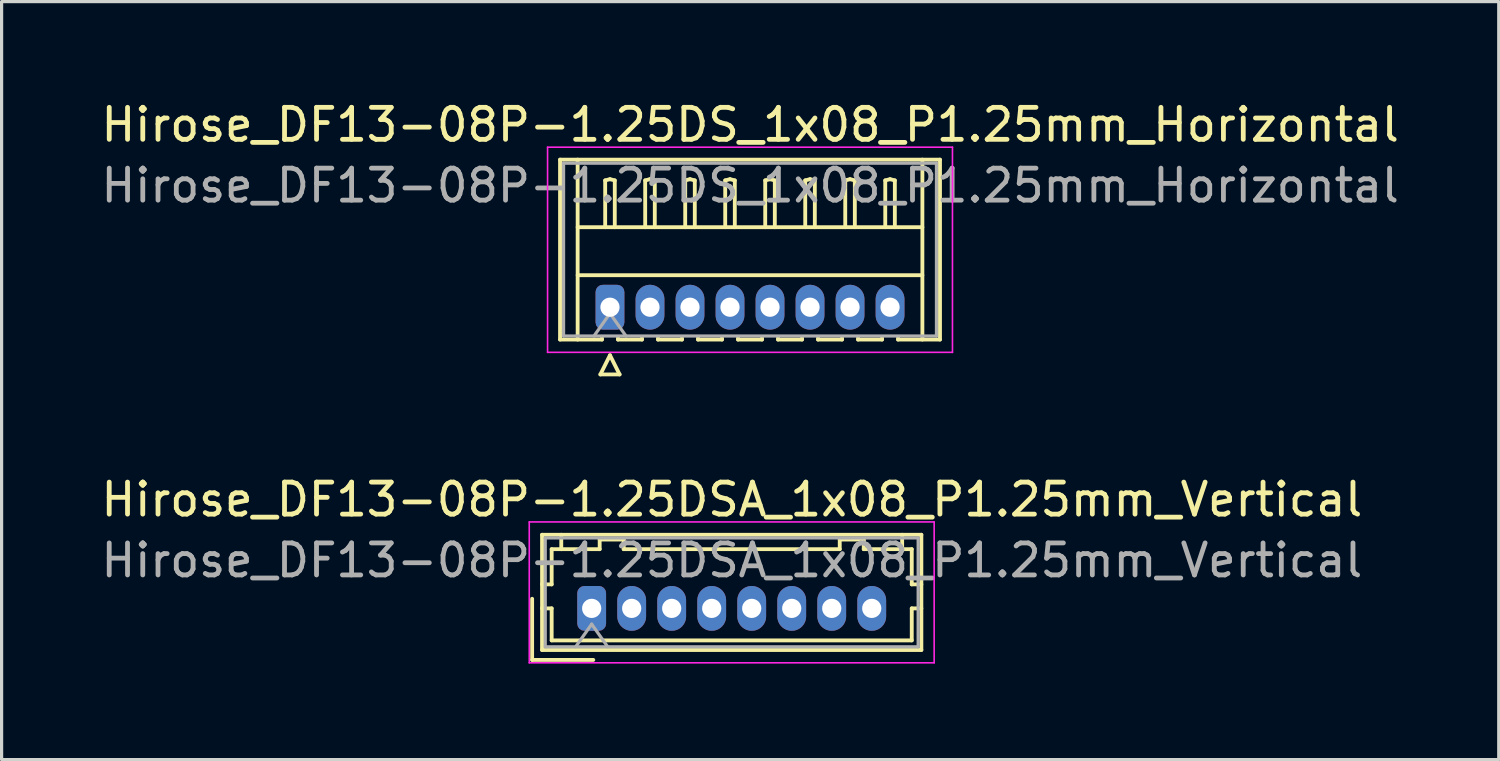
<source format=kicad_pcb>
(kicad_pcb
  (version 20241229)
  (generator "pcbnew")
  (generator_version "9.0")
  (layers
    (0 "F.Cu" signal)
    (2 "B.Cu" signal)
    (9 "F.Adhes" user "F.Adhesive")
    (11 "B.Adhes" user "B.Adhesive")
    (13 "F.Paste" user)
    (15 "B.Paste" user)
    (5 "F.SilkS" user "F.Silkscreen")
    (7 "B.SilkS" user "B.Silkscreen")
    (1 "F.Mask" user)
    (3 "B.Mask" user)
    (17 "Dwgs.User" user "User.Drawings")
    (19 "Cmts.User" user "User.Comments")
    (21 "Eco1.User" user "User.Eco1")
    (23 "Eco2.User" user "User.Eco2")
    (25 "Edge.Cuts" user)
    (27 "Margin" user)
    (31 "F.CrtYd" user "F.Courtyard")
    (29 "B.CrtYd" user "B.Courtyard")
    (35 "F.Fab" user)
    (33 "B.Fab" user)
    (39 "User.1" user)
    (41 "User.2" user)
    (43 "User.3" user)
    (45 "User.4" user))
  (footprint "Hirose_DF13-08P-1.25DSA_1x08_P1.25mm_Vertical"
    (layer "F.Cu")
    (at 15.435 15.957)
    (property "Reference" "Hirose_DF13-08P-1.25DSA_1x08_P1.25mm_Vertical" (at 4.38 -3.4 0) (layer "F.SilkS") (effects (font (size 1 1) (thickness 0.15))))
    (attr through_hole)
    (fp_line (start -1.86 -0.3) (end -1.86 1.61) (stroke (width 0.12) (type solid)) (layer "F.SilkS"))
    (fp_line (start -1.86 1.61) (end 0.05 1.61) (stroke (width 0.12) (type solid)) (layer "F.SilkS"))
    (fp_line (start -1.55 -2.3) (end -1.55 1.3) (stroke (width 0.12) (type solid)) (layer "F.SilkS"))
    (fp_line (start -1.55 -0.75) (end -1.25 -0.75) (stroke (width 0.12) (type solid)) (layer "F.SilkS"))
    (fp_line (start -1.55 0) (end -1.25 0) (stroke (width 0.12) (type solid)) (layer "F.SilkS"))
    (fp_line (start -1.55 1.3) (end 10.3 1.3) (stroke (width 0.12) (type solid)) (layer "F.SilkS"))
    (fp_line (start -1.25 -1.85) (end -0.95 -1.85) (stroke (width 0.12) (type solid)) (layer "F.SilkS"))
    (fp_line (start -1.25 -0.75) (end -1.25 -1.85) (stroke (width 0.12) (type solid)) (layer "F.SilkS"))
    (fp_line (start -1.25 0) (end -1.25 1) (stroke (width 0.12) (type solid)) (layer "F.SilkS"))
    (fp_line (start -1.25 1) (end 10 1) (stroke (width 0.12) (type solid)) (layer "F.SilkS"))
    (fp_line (start -0.95 -1.85) (end -0.95 -2.3) (stroke (width 0.12) (type solid)) (layer "F.SilkS"))
    (fp_line (start -0.95 -1.85) (end 0.25 -1.85) (stroke (width 0.12) (type solid)) (layer "F.SilkS"))
    (fp_line (start 0.25 -2.15) (end 1 -2.15) (stroke (width 0.12) (type solid)) (layer "F.SilkS"))
    (fp_line (start 0.25 -1.85) (end 0.25 -2.15) (stroke (width 0.12) (type solid)) (layer "F.SilkS"))
    (fp_line (start 1 -2.15) (end 1 -1.85) (stroke (width 0.12) (type solid)) (layer "F.SilkS"))
    (fp_line (start 1 -1.85) (end 7.75 -1.85) (stroke (width 0.12) (type solid)) (layer "F.SilkS"))
    (fp_line (start 7.75 -2.15) (end 8.5 -2.15) (stroke (width 0.12) (type solid)) (layer "F.SilkS"))
    (fp_line (start 7.75 -1.85) (end 7.75 -2.15) (stroke (width 0.12) (type solid)) (layer "F.SilkS"))
    (fp_line (start 8.5 -2.15) (end 8.5 -1.85) (stroke (width 0.12) (type solid)) (layer "F.SilkS"))
    (fp_line (start 8.5 -1.85) (end 9.7 -1.85) (stroke (width 0.12) (type solid)) (layer "F.SilkS"))
    (fp_line (start 9.7 -1.85) (end 9.7 -2.3) (stroke (width 0.12) (type solid)) (layer "F.SilkS"))
    (fp_line (start 10 -1.85) (end 9.7 -1.85) (stroke (width 0.12) (type solid)) (layer "F.SilkS"))
    (fp_line (start 10 -0.75) (end 10 -1.85) (stroke (width 0.12) (type solid)) (layer "F.SilkS"))
    (fp_line (start 10 0) (end 10.3 0) (stroke (width 0.12) (type solid)) (layer "F.SilkS"))
    (fp_line (start 10 1) (end 10 0) (stroke (width 0.12) (type solid)) (layer "F.SilkS"))
    (fp_line (start 10.3 -2.3) (end -1.55 -2.3) (stroke (width 0.12) (type solid)) (layer "F.SilkS"))
    (fp_line (start 10.3 -0.75) (end 10 -0.75) (stroke (width 0.12) (type solid)) (layer "F.SilkS"))
    (fp_line (start 10.3 1.3) (end 10.3 -2.3) (stroke (width 0.12) (type solid)) (layer "F.SilkS"))
    (fp_line (start -1.95 -2.7) (end -1.95 1.7) (stroke (width 0.05) (type solid)) (layer "F.CrtYd"))
    (fp_line (start -1.95 1.7) (end 10.7 1.7) (stroke (width 0.05) (type solid)) (layer "F.CrtYd"))
    (fp_line (start 10.7 -2.7) (end -1.95 -2.7) (stroke (width 0.05) (type solid)) (layer "F.CrtYd"))
    (fp_line (start 10.7 1.7) (end 10.7 -2.7) (stroke (width 0.05) (type solid)) (layer "F.CrtYd"))
    (fp_line (start -1.45 -2.2) (end -1.45 1.2) (stroke (width 0.1) (type solid)) (layer "F.Fab"))
    (fp_line (start -1.45 1.2) (end 10.2 1.2) (stroke (width 0.1) (type solid)) (layer "F.Fab"))
    (fp_line (start -0.5 1.2) (end 0 0.493) (stroke (width 0.1) (type solid)) (layer "F.Fab"))
    (fp_line (start 0 0.493) (end 0.5 1.2) (stroke (width 0.1) (type solid)) (layer "F.Fab"))
    (fp_line (start 10.2 -2.2) (end -1.45 -2.2) (stroke (width 0.1) (type solid)) (layer "F.Fab"))
    (fp_line (start 10.2 1.2) (end 10.2 -2.2) (stroke (width 0.1) (type solid)) (layer "F.Fab"))
    (fp_text user "${REFERENCE}" (at 4.38 -1.5 0) (layer "F.Fab") (effects (font (size 1 1) (thickness 0.15))))
    (pad "1" thru_hole roundrect (at 0 0) (size 0.9 1.4) (drill 0.6) (layers "*.Cu" "*.Mask") (roundrect_rratio 0.25))
    (pad "2" thru_hole oval (at 1.25 0) (size 0.9 1.4) (drill 0.6) (layers "*.Cu" "*.Mask"))
    (pad "3" thru_hole oval (at 2.5 0) (size 0.9 1.4) (drill 0.6) (layers "*.Cu" "*.Mask"))
    (pad "4" thru_hole oval (at 3.75 0) (size 0.9 1.4) (drill 0.6) (layers "*.Cu" "*.Mask"))
    (pad "5" thru_hole oval (at 5 0) (size 0.9 1.4) (drill 0.6) (layers "*.Cu" "*.Mask"))
    (pad "6" thru_hole oval (at 6.25 0) (size 0.9 1.4) (drill 0.6) (layers "*.Cu" "*.Mask"))
    (pad "7" thru_hole oval (at 7.5 0) (size 0.9 1.4) (drill 0.6) (layers "*.Cu" "*.Mask"))
    (pad "8" thru_hole oval (at 8.75 0) (size 0.9 1.4) (drill 0.6) (layers "*.Cu" "*.Mask")))
  (footprint "Hirose_DF13-08P-1.25DS_1x08_P1.25mm_Horizontal"
    (layer "F.Cu")
    (at 16.007 6.548)
    (property "Reference" "Hirose_DF13-08P-1.25DS_1x08_P1.25mm_Horizontal" (at 4.38 -5.7 0) (layer "F.SilkS") (effects (font (size 1 1) (thickness 0.15))))
    (attr through_hole)
    (fp_line (start -1.56 -4.61) (end 10.31 -4.61) (stroke (width 0.12) (type solid)) (layer "F.SilkS"))
    (fp_line (start -1.56 1.01) (end -1.56 -4.61) (stroke (width 0.12) (type solid)) (layer "F.SilkS"))
    (fp_line (start -1.01 -4.61) (end -1.01 1.01) (stroke (width 0.12) (type solid)) (layer "F.SilkS"))
    (fp_line (start -1.01 -2.5) (end 9.76 -2.5) (stroke (width 0.12) (type solid)) (layer "F.SilkS"))
    (fp_line (start -1.01 -1) (end 9.76 -1) (stroke (width 0.12) (type solid)) (layer "F.SilkS"))
    (fp_line (start -0.3 2.1) (end 0.3 2.1) (stroke (width 0.12) (type solid)) (layer "F.SilkS"))
    (fp_line (start -0.25 0.96) (end -0.25 1.01) (stroke (width 0.12) (type solid)) (layer "F.SilkS"))
    (fp_line (start -0.25 1.01) (end -1.56 1.01) (stroke (width 0.12) (type solid)) (layer "F.SilkS"))
    (fp_line (start -0.15 -3.962) (end 0 -4) (stroke (width 0.12) (type solid)) (layer "F.SilkS"))
    (fp_line (start -0.15 -2.5) (end -0.15 -3.962) (stroke (width 0.12) (type solid)) (layer "F.SilkS"))
    (fp_line (start 0 -4) (end 0.15 -3.962) (stroke (width 0.12) (type solid)) (layer "F.SilkS"))
    (fp_line (start 0 1.5) (end -0.3 2.1) (stroke (width 0.12) (type solid)) (layer "F.SilkS"))
    (fp_line (start 0.15 -3.962) (end 0.15 -2.5) (stroke (width 0.12) (type solid)) (layer "F.SilkS"))
    (fp_line (start 0.25 0.96) (end 0.25 1.01) (stroke (width 0.12) (type solid)) (layer "F.SilkS"))
    (fp_line (start 0.25 1.01) (end 1 1.01) (stroke (width 0.12) (type solid)) (layer "F.SilkS"))
    (fp_line (start 0.3 2.1) (end 0 1.5) (stroke (width 0.12) (type solid)) (layer "F.SilkS"))
    (fp_line (start 1 1.01) (end 1 0.96) (stroke (width 0.12) (type solid)) (layer "F.SilkS"))
    (fp_line (start 1.1 -3.962) (end 1.25 -4) (stroke (width 0.12) (type solid)) (layer "F.SilkS"))
    (fp_line (start 1.1 -2.5) (end 1.1 -3.962) (stroke (width 0.12) (type solid)) (layer "F.SilkS"))
    (fp_line (start 1.25 -4) (end 1.4 -3.962) (stroke (width 0.12) (type solid)) (layer "F.SilkS"))
    (fp_line (start 1.4 -3.962) (end 1.4 -2.5) (stroke (width 0.12) (type solid)) (layer "F.SilkS"))
    (fp_line (start 1.5 0.96) (end 1.5 1.01) (stroke (width 0.12) (type solid)) (layer "F.SilkS"))
    (fp_line (start 1.5 1.01) (end 2.25 1.01) (stroke (width 0.12) (type solid)) (layer "F.SilkS"))
    (fp_line (start 2.25 1.01) (end 2.25 0.96) (stroke (width 0.12) (type solid)) (layer "F.SilkS"))
    (fp_line (start 2.35 -3.962) (end 2.5 -4) (stroke (width 0.12) (type solid)) (layer "F.SilkS"))
    (fp_line (start 2.35 -2.5) (end 2.35 -3.962) (stroke (width 0.12) (type solid)) (layer "F.SilkS"))
    (fp_line (start 2.5 -4) (end 2.65 -3.962) (stroke (width 0.12) (type solid)) (layer "F.SilkS"))
    (fp_line (start 2.65 -3.962) (end 2.65 -2.5) (stroke (width 0.12) (type solid)) (layer "F.SilkS"))
    (fp_line (start 2.75 0.96) (end 2.75 1.01) (stroke (width 0.12) (type solid)) (layer "F.SilkS"))
    (fp_line (start 2.75 1.01) (end 3.5 1.01) (stroke (width 0.12) (type solid)) (layer "F.SilkS"))
    (fp_line (start 3.5 1.01) (end 3.5 0.96) (stroke (width 0.12) (type solid)) (layer "F.SilkS"))
    (fp_line (start 3.6 -3.962) (end 3.75 -4) (stroke (width 0.12) (type solid)) (layer "F.SilkS"))
    (fp_line (start 3.6 -2.5) (end 3.6 -3.962) (stroke (width 0.12) (type solid)) (layer "F.SilkS"))
    (fp_line (start 3.75 -4) (end 3.9 -3.962) (stroke (width 0.12) (type solid)) (layer "F.SilkS"))
    (fp_line (start 3.9 -3.962) (end 3.9 -2.5) (stroke (width 0.12) (type solid)) (layer "F.SilkS"))
    (fp_line (start 4 0.96) (end 4 1.01) (stroke (width 0.12) (type solid)) (layer "F.SilkS"))
    (fp_line (start 4 1.01) (end 4.75 1.01) (stroke (width 0.12) (type solid)) (layer "F.SilkS"))
    (fp_line (start 4.75 1.01) (end 4.75 0.96) (stroke (width 0.12) (type solid)) (layer "F.SilkS"))
    (fp_line (start 4.85 -3.962) (end 5 -4) (stroke (width 0.12) (type solid)) (layer "F.SilkS"))
    (fp_line (start 4.85 -2.5) (end 4.85 -3.962) (stroke (width 0.12) (type solid)) (layer "F.SilkS"))
    (fp_line (start 5 -4) (end 5.15 -3.962) (stroke (width 0.12) (type solid)) (layer "F.SilkS"))
    (fp_line (start 5.15 -3.962) (end 5.15 -2.5) (stroke (width 0.12) (type solid)) (layer "F.SilkS"))
    (fp_line (start 5.25 0.96) (end 5.25 1.01) (stroke (width 0.12) (type solid)) (layer "F.SilkS"))
    (fp_line (start 5.25 1.01) (end 6 1.01) (stroke (width 0.12) (type solid)) (layer "F.SilkS"))
    (fp_line (start 6 1.01) (end 6 0.96) (stroke (width 0.12) (type solid)) (layer "F.SilkS"))
    (fp_line (start 6.1 -3.962) (end 6.25 -4) (stroke (width 0.12) (type solid)) (layer "F.SilkS"))
    (fp_line (start 6.1 -2.5) (end 6.1 -3.962) (stroke (width 0.12) (type solid)) (layer "F.SilkS"))
    (fp_line (start 6.25 -4) (end 6.4 -3.962) (stroke (width 0.12) (type solid)) (layer "F.SilkS"))
    (fp_line (start 6.4 -3.962) (end 6.4 -2.5) (stroke (width 0.12) (type solid)) (layer "F.SilkS"))
    (fp_line (start 6.5 0.96) (end 6.5 1.01) (stroke (width 0.12) (type solid)) (layer "F.SilkS"))
    (fp_line (start 6.5 1.01) (end 7.25 1.01) (stroke (width 0.12) (type solid)) (layer "F.SilkS"))
    (fp_line (start 7.25 1.01) (end 7.25 0.96) (stroke (width 0.12) (type solid)) (layer "F.SilkS"))
    (fp_line (start 7.35 -3.962) (end 7.5 -4) (stroke (width 0.12) (type solid)) (layer "F.SilkS"))
    (fp_line (start 7.35 -2.5) (end 7.35 -3.962) (stroke (width 0.12) (type solid)) (layer "F.SilkS"))
    (fp_line (start 7.5 -4) (end 7.65 -3.962) (stroke (width 0.12) (type solid)) (layer "F.SilkS"))
    (fp_line (start 7.65 -3.962) (end 7.65 -2.5) (stroke (width 0.12) (type solid)) (layer "F.SilkS"))
    (fp_line (start 7.75 0.96) (end 7.75 1.01) (stroke (width 0.12) (type solid)) (layer "F.SilkS"))
    (fp_line (start 7.75 1.01) (end 8.5 1.01) (stroke (width 0.12) (type solid)) (layer "F.SilkS"))
    (fp_line (start 8.5 1.01) (end 8.5 0.96) (stroke (width 0.12) (type solid)) (layer "F.SilkS"))
    (fp_line (start 8.6 -3.962) (end 8.75 -4) (stroke (width 0.12) (type solid)) (layer "F.SilkS"))
    (fp_line (start 8.6 -2.5) (end 8.6 -3.962) (stroke (width 0.12) (type solid)) (layer "F.SilkS"))
    (fp_line (start 8.75 -4) (end 8.9 -3.962) (stroke (width 0.12) (type solid)) (layer "F.SilkS"))
    (fp_line (start 8.9 -3.962) (end 8.9 -2.5) (stroke (width 0.12) (type solid)) (layer "F.SilkS"))
    (fp_line (start 9 1.01) (end 9 0.96) (stroke (width 0.12) (type solid)) (layer "F.SilkS"))
    (fp_line (start 9.76 -4.61) (end 9.76 1.01) (stroke (width 0.12) (type solid)) (layer "F.SilkS"))
    (fp_line (start 10.31 -4.61) (end 10.31 1.01) (stroke (width 0.12) (type solid)) (layer "F.SilkS"))
    (fp_line (start 10.31 1.01) (end 9 1.01) (stroke (width 0.12) (type solid)) (layer "F.SilkS"))
    (fp_line (start -1.95 -5) (end -1.95 1.41) (stroke (width 0.05) (type solid)) (layer "F.CrtYd"))
    (fp_line (start -1.95 1.41) (end 10.7 1.41) (stroke (width 0.05) (type solid)) (layer "F.CrtYd"))
    (fp_line (start 10.7 -5) (end -1.95 -5) (stroke (width 0.05) (type solid)) (layer "F.CrtYd"))
    (fp_line (start 10.7 1.41) (end 10.7 -5) (stroke (width 0.05) (type solid)) (layer "F.CrtYd"))
    (fp_line (start -1.45 -4.5) (end -1.45 0.9) (stroke (width 0.1) (type solid)) (layer "F.Fab"))
    (fp_line (start -1.45 0.9) (end 10.2 0.9) (stroke (width 0.1) (type solid)) (layer "F.Fab"))
    (fp_line (start -0.5 0.9) (end 0 0.193) (stroke (width 0.1) (type solid)) (layer "F.Fab"))
    (fp_line (start 0 0.193) (end 0.5 0.9) (stroke (width 0.1) (type solid)) (layer "F.Fab"))
    (fp_line (start 10.2 -4.5) (end -1.45 -4.5) (stroke (width 0.1) (type solid)) (layer "F.Fab"))
    (fp_line (start 10.2 0.9) (end 10.2 -4.5) (stroke (width 0.1) (type solid)) (layer "F.Fab"))
    (fp_text user "${REFERENCE}" (at 4.38 -3.8 0) (layer "F.Fab") (effects (font (size 1 1) (thickness 0.15))))
    (pad "1" thru_hole roundrect (at 0 0) (size 0.9 1.4) (drill 0.6) (layers "*.Cu" "*.Mask") (roundrect_rratio 0.25))
    (pad "2" thru_hole oval (at 1.25 0) (size 0.9 1.4) (drill 0.6) (layers "*.Cu" "*.Mask"))
    (pad "3" thru_hole oval (at 2.5 0) (size 0.9 1.4) (drill 0.6) (layers "*.Cu" "*.Mask"))
    (pad "4" thru_hole oval (at 3.75 0) (size 0.9 1.4) (drill 0.6) (layers "*.Cu" "*.Mask"))
    (pad "5" thru_hole oval (at 5 0) (size 0.9 1.4) (drill 0.6) (layers "*.Cu" "*.Mask"))
    (pad "6" thru_hole oval (at 6.25 0) (size 0.9 1.4) (drill 0.6) (layers "*.Cu" "*.Mask"))
    (pad "7" thru_hole oval (at 7.5 0) (size 0.9 1.4) (drill 0.6) (layers "*.Cu" "*.Mask"))
    (pad "8" thru_hole oval (at 8.75 0) (size 0.9 1.4) (drill 0.6) (layers "*.Cu" "*.Mask")))
  (gr_rect
    (start -3 -3)
    (end 43.774 20.681)
    (stroke (width 0.1) (type default))
    (fill no)
    (layer "Edge.Cuts")))
</source>
